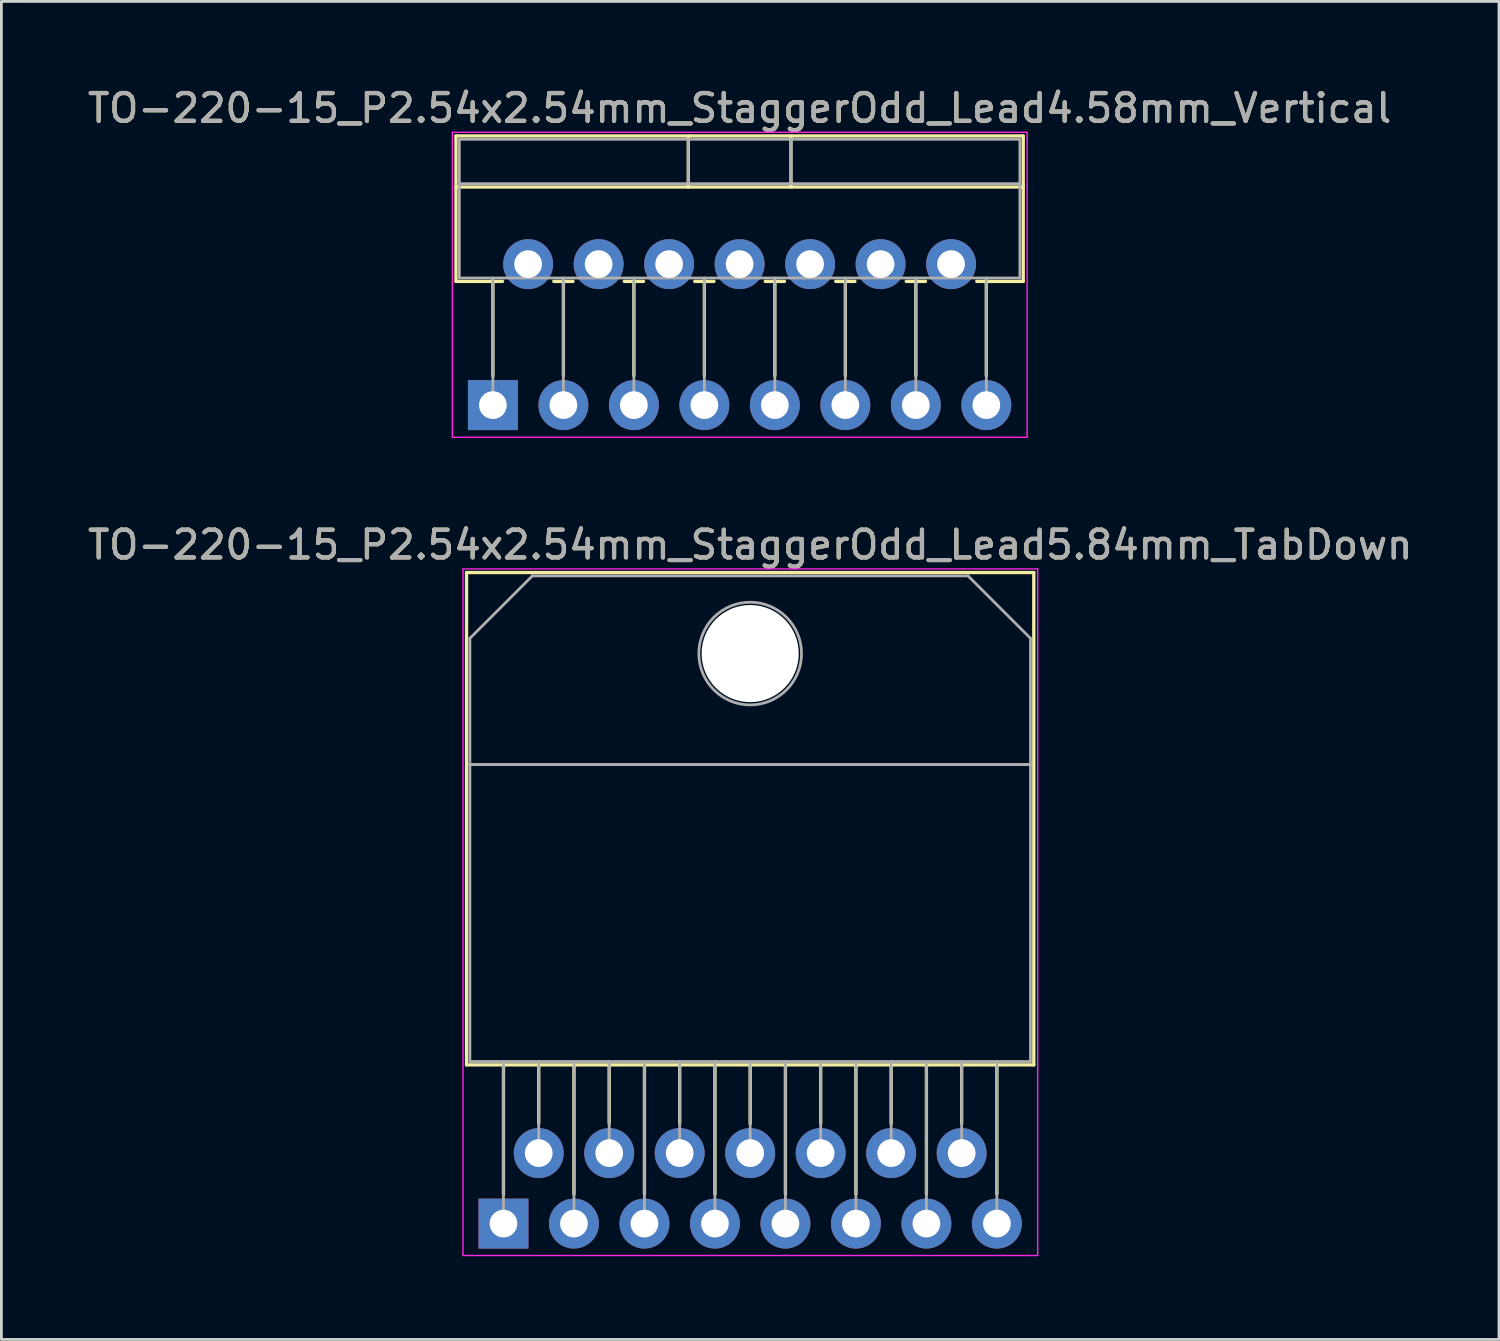
<source format=kicad_pcb>
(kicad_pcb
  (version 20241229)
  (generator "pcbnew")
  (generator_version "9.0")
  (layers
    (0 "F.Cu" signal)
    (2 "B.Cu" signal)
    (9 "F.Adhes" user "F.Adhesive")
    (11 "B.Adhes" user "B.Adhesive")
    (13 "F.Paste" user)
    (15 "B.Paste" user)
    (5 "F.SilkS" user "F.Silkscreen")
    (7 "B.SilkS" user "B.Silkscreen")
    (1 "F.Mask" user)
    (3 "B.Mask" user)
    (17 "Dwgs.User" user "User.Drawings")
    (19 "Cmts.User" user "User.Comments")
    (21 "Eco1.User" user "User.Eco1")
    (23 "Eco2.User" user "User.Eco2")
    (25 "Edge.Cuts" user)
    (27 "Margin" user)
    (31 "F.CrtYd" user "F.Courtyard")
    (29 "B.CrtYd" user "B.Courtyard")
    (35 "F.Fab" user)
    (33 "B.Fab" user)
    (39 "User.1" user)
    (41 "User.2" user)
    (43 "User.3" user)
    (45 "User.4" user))
  (footprint "TO-220-15_P2.54x2.54mm_StaggerOdd_Lead5.84mm_TabDown"
    (layer "F.Cu")
    (at 15.092 41.041)
    (property "Reference" "TO-220-15_P2.54x2.54mm_StaggerOdd_Lead5.84mm_TabDown" (at 8.89 -24.46 0) (layer "F.SilkS") (effects (font (size 1 1) (thickness 0.15))))
    (attr through_hole)
    (fp_line (start -1.33 -23.46) (end -1.33 -5.72) (stroke (width 0.12) (type solid)) (layer "F.SilkS"))
    (fp_line (start -1.33 -23.46) (end 19.11 -23.46) (stroke (width 0.12) (type solid)) (layer "F.SilkS"))
    (fp_line (start -1.33 -5.72) (end 19.11 -5.72) (stroke (width 0.12) (type solid)) (layer "F.SilkS"))
    (fp_line (start 0 -5.72) (end 0 -1.05) (stroke (width 0.12) (type solid)) (layer "F.SilkS"))
    (fp_line (start 1.27 -5.72) (end 1.27 -3.606) (stroke (width 0.12) (type solid)) (layer "F.SilkS"))
    (fp_line (start 2.54 -5.72) (end 2.54 -1.065) (stroke (width 0.12) (type solid)) (layer "F.SilkS"))
    (fp_line (start 3.81 -5.72) (end 3.81 -3.606) (stroke (width 0.12) (type solid)) (layer "F.SilkS"))
    (fp_line (start 5.08 -5.72) (end 5.08 -1.065) (stroke (width 0.12) (type solid)) (layer "F.SilkS"))
    (fp_line (start 6.35 -5.72) (end 6.35 -3.606) (stroke (width 0.12) (type solid)) (layer "F.SilkS"))
    (fp_line (start 7.62 -5.72) (end 7.62 -1.065) (stroke (width 0.12) (type solid)) (layer "F.SilkS"))
    (fp_line (start 8.89 -5.72) (end 8.89 -3.606) (stroke (width 0.12) (type solid)) (layer "F.SilkS"))
    (fp_line (start 10.16 -5.72) (end 10.16 -1.065) (stroke (width 0.12) (type solid)) (layer "F.SilkS"))
    (fp_line (start 11.43 -5.72) (end 11.43 -3.606) (stroke (width 0.12) (type solid)) (layer "F.SilkS"))
    (fp_line (start 12.7 -5.72) (end 12.7 -1.065) (stroke (width 0.12) (type solid)) (layer "F.SilkS"))
    (fp_line (start 13.97 -5.72) (end 13.97 -3.606) (stroke (width 0.12) (type solid)) (layer "F.SilkS"))
    (fp_line (start 15.24 -5.72) (end 15.24 -1.065) (stroke (width 0.12) (type solid)) (layer "F.SilkS"))
    (fp_line (start 16.51 -5.72) (end 16.51 -3.606) (stroke (width 0.12) (type solid)) (layer "F.SilkS"))
    (fp_line (start 17.78 -5.72) (end 17.78 -1.065) (stroke (width 0.12) (type solid)) (layer "F.SilkS"))
    (fp_line (start 19.11 -23.46) (end 19.11 -5.72) (stroke (width 0.12) (type solid)) (layer "F.SilkS"))
    (fp_line (start -1.46 -23.59) (end -1.46 1.15) (stroke (width 0.05) (type solid)) (layer "F.CrtYd"))
    (fp_line (start -1.46 1.15) (end 19.25 1.15) (stroke (width 0.05) (type solid)) (layer "F.CrtYd"))
    (fp_line (start 19.25 -23.59) (end -1.46 -23.59) (stroke (width 0.05) (type solid)) (layer "F.CrtYd"))
    (fp_line (start 19.25 1.15) (end 19.25 -23.59) (stroke (width 0.05) (type solid)) (layer "F.CrtYd"))
    (fp_line (start -1.21 -21.09) (end 1.041 -23.34) (stroke (width 0.1) (type solid)) (layer "F.Fab"))
    (fp_line (start -1.21 -16.54) (end -1.21 -21.09) (stroke (width 0.1) (type solid)) (layer "F.Fab"))
    (fp_line (start -1.21 -16.54) (end 18.99 -16.54) (stroke (width 0.1) (type solid)) (layer "F.Fab"))
    (fp_line (start -1.21 -5.84) (end -1.21 -16.54) (stroke (width 0.1) (type solid)) (layer "F.Fab"))
    (fp_line (start 0 -5.84) (end 0 0) (stroke (width 0.1) (type solid)) (layer "F.Fab"))
    (fp_line (start 1.041 -23.34) (end 16.74 -23.34) (stroke (width 0.1) (type solid)) (layer "F.Fab"))
    (fp_line (start 1.27 -5.84) (end 1.27 -2.54) (stroke (width 0.1) (type solid)) (layer "F.Fab"))
    (fp_line (start 2.54 -5.84) (end 2.54 0) (stroke (width 0.1) (type solid)) (layer "F.Fab"))
    (fp_line (start 3.81 -5.84) (end 3.81 -2.54) (stroke (width 0.1) (type solid)) (layer "F.Fab"))
    (fp_line (start 5.08 -5.84) (end 5.08 0) (stroke (width 0.1) (type solid)) (layer "F.Fab"))
    (fp_line (start 6.35 -5.84) (end 6.35 -2.54) (stroke (width 0.1) (type solid)) (layer "F.Fab"))
    (fp_line (start 7.62 -5.84) (end 7.62 0) (stroke (width 0.1) (type solid)) (layer "F.Fab"))
    (fp_line (start 8.89 -5.84) (end 8.89 -2.54) (stroke (width 0.1) (type solid)) (layer "F.Fab"))
    (fp_line (start 10.16 -5.84) (end 10.16 0) (stroke (width 0.1) (type solid)) (layer "F.Fab"))
    (fp_line (start 11.43 -5.84) (end 11.43 -2.54) (stroke (width 0.1) (type solid)) (layer "F.Fab"))
    (fp_line (start 12.7 -5.84) (end 12.7 0) (stroke (width 0.1) (type solid)) (layer "F.Fab"))
    (fp_line (start 13.97 -5.84) (end 13.97 -2.54) (stroke (width 0.1) (type solid)) (layer "F.Fab"))
    (fp_line (start 15.24 -5.84) (end 15.24 0) (stroke (width 0.1) (type solid)) (layer "F.Fab"))
    (fp_line (start 16.51 -5.84) (end 16.51 -2.54) (stroke (width 0.1) (type solid)) (layer "F.Fab"))
    (fp_line (start 16.74 -23.34) (end 18.99 -21.09) (stroke (width 0.1) (type solid)) (layer "F.Fab"))
    (fp_line (start 17.78 -5.84) (end 17.78 0) (stroke (width 0.1) (type solid)) (layer "F.Fab"))
    (fp_line (start 18.99 -21.09) (end 18.99 -16.54) (stroke (width 0.1) (type solid)) (layer "F.Fab"))
    (fp_line (start 18.99 -16.54) (end -1.21 -16.54) (stroke (width 0.1) (type solid)) (layer "F.Fab"))
    (fp_line (start 18.99 -16.54) (end 18.99 -5.84) (stroke (width 0.1) (type solid)) (layer "F.Fab"))
    (fp_line (start 18.99 -5.84) (end -1.21 -5.84) (stroke (width 0.1) (type solid)) (layer "F.Fab"))
    (fp_circle (center 8.89 -20.54) (end 10.74 -20.54) (stroke (width 0.1) (type solid)) (fill no) (layer "F.Fab"))
    (fp_text user "${REFERENCE}" (at 8.89 -24.46 0) (layer "F.Fab") (effects (font (size 1 1) (thickness 0.15))))
    (pad "" np_thru_hole oval (at 8.89 -20.54) (size 3.5 3.5) (drill 3.5) (layers "*.Cu" "*.Mask"))
    (pad "1" thru_hole rect (at 0 0) (size 1.8 1.8) (drill 1) (layers "*.Cu" "*.Mask"))
    (pad "2" thru_hole oval (at 1.27 -2.54) (size 1.8 1.8) (drill 1) (layers "*.Cu" "*.Mask"))
    (pad "3" thru_hole oval (at 2.54 0) (size 1.8 1.8) (drill 1) (layers "*.Cu" "*.Mask"))
    (pad "4" thru_hole oval (at 3.81 -2.54) (size 1.8 1.8) (drill 1) (layers "*.Cu" "*.Mask"))
    (pad "5" thru_hole oval (at 5.08 0) (size 1.8 1.8) (drill 1) (layers "*.Cu" "*.Mask"))
    (pad "6" thru_hole oval (at 6.35 -2.54) (size 1.8 1.8) (drill 1) (layers "*.Cu" "*.Mask"))
    (pad "7" thru_hole oval (at 7.62 0) (size 1.8 1.8) (drill 1) (layers "*.Cu" "*.Mask"))
    (pad "8" thru_hole oval (at 8.89 -2.54) (size 1.8 1.8) (drill 1) (layers "*.Cu" "*.Mask"))
    (pad "9" thru_hole oval (at 10.16 0) (size 1.8 1.8) (drill 1) (layers "*.Cu" "*.Mask"))
    (pad "10" thru_hole oval (at 11.43 -2.54) (size 1.8 1.8) (drill 1) (layers "*.Cu" "*.Mask"))
    (pad "11" thru_hole oval (at 12.7 0) (size 1.8 1.8) (drill 1) (layers "*.Cu" "*.Mask"))
    (pad "12" thru_hole oval (at 13.97 -2.54) (size 1.8 1.8) (drill 1) (layers "*.Cu" "*.Mask"))
    (pad "13" thru_hole oval (at 15.24 0) (size 1.8 1.8) (drill 1) (layers "*.Cu" "*.Mask"))
    (pad "14" thru_hole oval (at 16.51 -2.54) (size 1.8 1.8) (drill 1) (layers "*.Cu" "*.Mask"))
    (pad "15" thru_hole oval (at 17.78 0) (size 1.8 1.8) (drill 1) (layers "*.Cu" "*.Mask")))
  (footprint "TO-220-15_P2.54x2.54mm_StaggerOdd_Lead4.58mm_Vertical"
    (layer "F.Cu")
    (at 14.711 11.548)
    (property "Reference" "TO-220-15_P2.54x2.54mm_StaggerOdd_Lead4.58mm_Vertical" (at 8.89 -10.7 0) (layer "F.SilkS") (effects (font (size 1 1) (thickness 0.15))))
    (attr through_hole)
    (fp_line (start -1.33 -9.7) (end -1.33 -4.459) (stroke (width 0.12) (type solid)) (layer "F.SilkS"))
    (fp_line (start -1.33 -9.7) (end 19.11 -9.7) (stroke (width 0.12) (type solid)) (layer "F.SilkS"))
    (fp_line (start -1.33 -7.86) (end 19.11 -7.86) (stroke (width 0.12) (type solid)) (layer "F.SilkS"))
    (fp_line (start -1.33 -4.459) (end 0.346 -4.459) (stroke (width 0.12) (type solid)) (layer "F.SilkS"))
    (fp_line (start 0 -4.459) (end 0 -1.05) (stroke (width 0.12) (type solid)) (layer "F.SilkS"))
    (fp_line (start 2.195 -4.459) (end 2.886 -4.459) (stroke (width 0.12) (type solid)) (layer "F.SilkS"))
    (fp_line (start 2.54 -4.459) (end 2.54 -1.065) (stroke (width 0.12) (type solid)) (layer "F.SilkS"))
    (fp_line (start 4.735 -4.459) (end 5.426 -4.459) (stroke (width 0.12) (type solid)) (layer "F.SilkS"))
    (fp_line (start 5.08 -4.459) (end 5.08 -1.065) (stroke (width 0.12) (type solid)) (layer "F.SilkS"))
    (fp_line (start 7.041 -9.7) (end 7.041 -7.86) (stroke (width 0.12) (type solid)) (layer "F.SilkS"))
    (fp_line (start 7.275 -4.459) (end 7.966 -4.459) (stroke (width 0.12) (type solid)) (layer "F.SilkS"))
    (fp_line (start 7.62 -4.459) (end 7.62 -1.065) (stroke (width 0.12) (type solid)) (layer "F.SilkS"))
    (fp_line (start 9.815 -4.459) (end 10.506 -4.459) (stroke (width 0.12) (type solid)) (layer "F.SilkS"))
    (fp_line (start 10.16 -4.459) (end 10.16 -1.065) (stroke (width 0.12) (type solid)) (layer "F.SilkS"))
    (fp_line (start 10.74 -9.7) (end 10.74 -7.86) (stroke (width 0.12) (type solid)) (layer "F.SilkS"))
    (fp_line (start 12.355 -4.459) (end 13.046 -4.459) (stroke (width 0.12) (type solid)) (layer "F.SilkS"))
    (fp_line (start 12.7 -4.459) (end 12.7 -1.065) (stroke (width 0.12) (type solid)) (layer "F.SilkS"))
    (fp_line (start 14.895 -4.459) (end 15.586 -4.459) (stroke (width 0.12) (type solid)) (layer "F.SilkS"))
    (fp_line (start 15.24 -4.459) (end 15.24 -1.065) (stroke (width 0.12) (type solid)) (layer "F.SilkS"))
    (fp_line (start 17.435 -4.459) (end 19.11 -4.459) (stroke (width 0.12) (type solid)) (layer "F.SilkS"))
    (fp_line (start 17.78 -4.459) (end 17.78 -1.065) (stroke (width 0.12) (type solid)) (layer "F.SilkS"))
    (fp_line (start 19.11 -9.7) (end 19.11 -4.459) (stroke (width 0.12) (type solid)) (layer "F.SilkS"))
    (fp_line (start -1.46 -9.83) (end -1.46 1.16) (stroke (width 0.05) (type solid)) (layer "F.CrtYd"))
    (fp_line (start -1.46 1.16) (end 19.25 1.16) (stroke (width 0.05) (type solid)) (layer "F.CrtYd"))
    (fp_line (start 19.25 -9.83) (end -1.46 -9.83) (stroke (width 0.05) (type solid)) (layer "F.CrtYd"))
    (fp_line (start 19.25 1.16) (end 19.25 -9.83) (stroke (width 0.05) (type solid)) (layer "F.CrtYd"))
    (fp_line (start -1.21 -9.58) (end -1.21 -4.58) (stroke (width 0.1) (type solid)) (layer "F.Fab"))
    (fp_line (start -1.21 -7.98) (end 18.99 -7.98) (stroke (width 0.1) (type solid)) (layer "F.Fab"))
    (fp_line (start -1.21 -4.58) (end 18.99 -4.58) (stroke (width 0.1) (type solid)) (layer "F.Fab"))
    (fp_line (start 0 -4.58) (end 0 0) (stroke (width 0.1) (type solid)) (layer "F.Fab"))
    (fp_line (start 2.54 -4.58) (end 2.54 0) (stroke (width 0.1) (type solid)) (layer "F.Fab"))
    (fp_line (start 5.08 -4.58) (end 5.08 0) (stroke (width 0.1) (type solid)) (layer "F.Fab"))
    (fp_line (start 7.04 -9.58) (end 7.04 -7.98) (stroke (width 0.1) (type solid)) (layer "F.Fab"))
    (fp_line (start 7.62 -4.58) (end 7.62 0) (stroke (width 0.1) (type solid)) (layer "F.Fab"))
    (fp_line (start 10.16 -4.58) (end 10.16 0) (stroke (width 0.1) (type solid)) (layer "F.Fab"))
    (fp_line (start 10.74 -9.58) (end 10.74 -7.98) (stroke (width 0.1) (type solid)) (layer "F.Fab"))
    (fp_line (start 12.7 -4.58) (end 12.7 0) (stroke (width 0.1) (type solid)) (layer "F.Fab"))
    (fp_line (start 15.24 -4.58) (end 15.24 0) (stroke (width 0.1) (type solid)) (layer "F.Fab"))
    (fp_line (start 17.78 -4.58) (end 17.78 0) (stroke (width 0.1) (type solid)) (layer "F.Fab"))
    (fp_line (start 18.99 -9.58) (end -1.21 -9.58) (stroke (width 0.1) (type solid)) (layer "F.Fab"))
    (fp_line (start 18.99 -4.58) (end 18.99 -9.58) (stroke (width 0.1) (type solid)) (layer "F.Fab"))
    (fp_text user "${REFERENCE}" (at 8.89 -10.7 0) (layer "F.Fab") (effects (font (size 1 1) (thickness 0.15))))
    (pad "1" thru_hole rect (at 0 0) (size 1.8 1.8) (drill 1) (layers "*.Cu" "*.Mask"))
    (pad "2" thru_hole oval (at 1.27 -5.08) (size 1.8 1.8) (drill 1) (layers "*.Cu" "*.Mask"))
    (pad "3" thru_hole oval (at 2.54 0) (size 1.8 1.8) (drill 1) (layers "*.Cu" "*.Mask"))
    (pad "4" thru_hole oval (at 3.81 -5.08) (size 1.8 1.8) (drill 1) (layers "*.Cu" "*.Mask"))
    (pad "5" thru_hole oval (at 5.08 0) (size 1.8 1.8) (drill 1) (layers "*.Cu" "*.Mask"))
    (pad "6" thru_hole oval (at 6.35 -5.08) (size 1.8 1.8) (drill 1) (layers "*.Cu" "*.Mask"))
    (pad "7" thru_hole oval (at 7.62 0) (size 1.8 1.8) (drill 1) (layers "*.Cu" "*.Mask"))
    (pad "8" thru_hole oval (at 8.89 -5.08) (size 1.8 1.8) (drill 1) (layers "*.Cu" "*.Mask"))
    (pad "9" thru_hole oval (at 10.16 0) (size 1.8 1.8) (drill 1) (layers "*.Cu" "*.Mask"))
    (pad "10" thru_hole oval (at 11.43 -5.08) (size 1.8 1.8) (drill 1) (layers "*.Cu" "*.Mask"))
    (pad "11" thru_hole oval (at 12.7 0) (size 1.8 1.8) (drill 1) (layers "*.Cu" "*.Mask"))
    (pad "12" thru_hole oval (at 13.97 -5.08) (size 1.8 1.8) (drill 1) (layers "*.Cu" "*.Mask"))
    (pad "13" thru_hole oval (at 15.24 0) (size 1.8 1.8) (drill 1) (layers "*.Cu" "*.Mask"))
    (pad "14" thru_hole oval (at 16.51 -5.08) (size 1.8 1.8) (drill 1) (layers "*.Cu" "*.Mask"))
    (pad "15" thru_hole oval (at 17.78 0) (size 1.8 1.8) (drill 1) (layers "*.Cu" "*.Mask")))
  (gr_rect
    (start -3 -3)
    (end 50.964 45.217)
    (stroke (width 0.1) (type default))
    (fill no)
    (layer "Edge.Cuts")))
</source>
